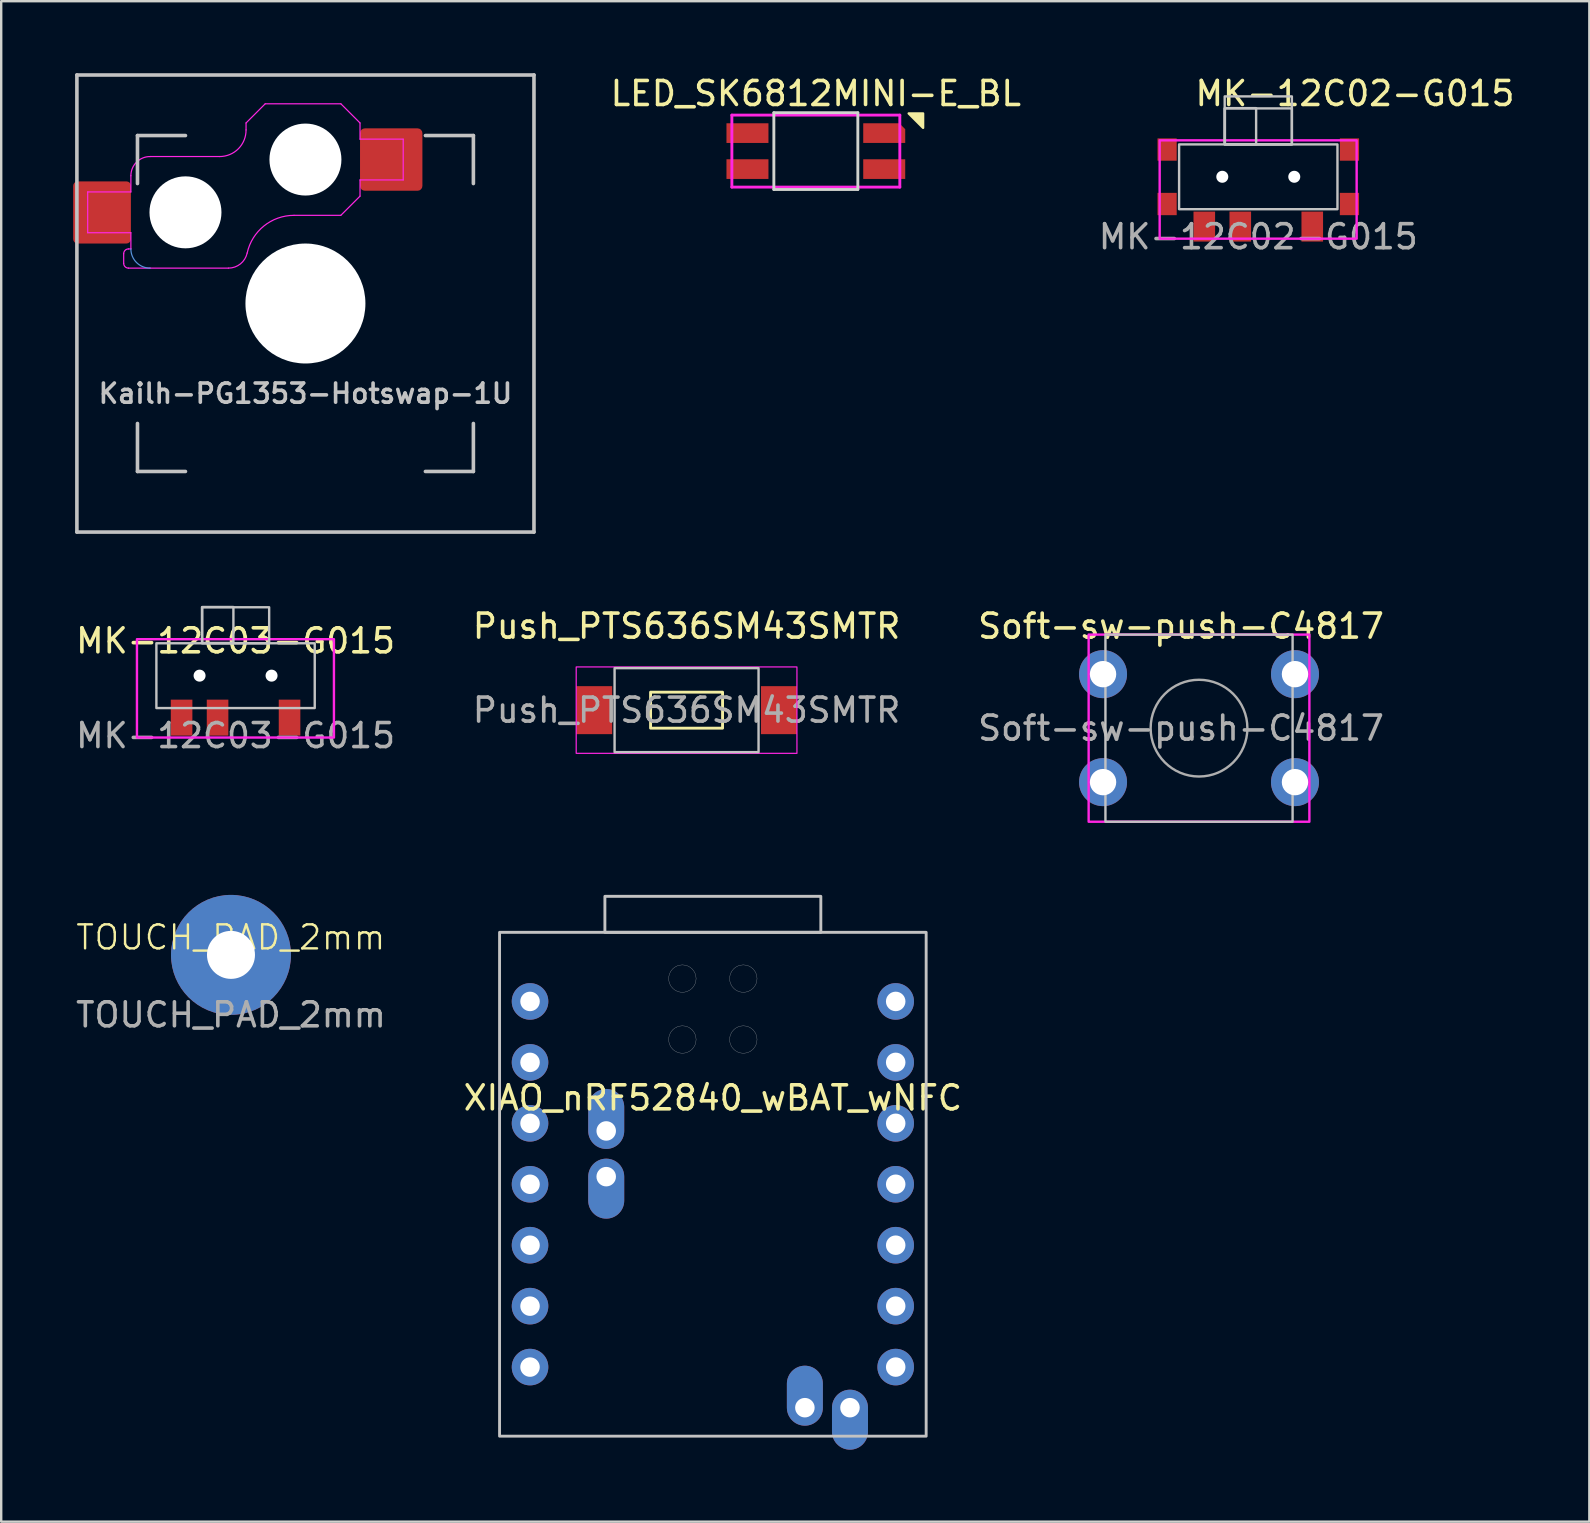
<source format=kicad_pcb>
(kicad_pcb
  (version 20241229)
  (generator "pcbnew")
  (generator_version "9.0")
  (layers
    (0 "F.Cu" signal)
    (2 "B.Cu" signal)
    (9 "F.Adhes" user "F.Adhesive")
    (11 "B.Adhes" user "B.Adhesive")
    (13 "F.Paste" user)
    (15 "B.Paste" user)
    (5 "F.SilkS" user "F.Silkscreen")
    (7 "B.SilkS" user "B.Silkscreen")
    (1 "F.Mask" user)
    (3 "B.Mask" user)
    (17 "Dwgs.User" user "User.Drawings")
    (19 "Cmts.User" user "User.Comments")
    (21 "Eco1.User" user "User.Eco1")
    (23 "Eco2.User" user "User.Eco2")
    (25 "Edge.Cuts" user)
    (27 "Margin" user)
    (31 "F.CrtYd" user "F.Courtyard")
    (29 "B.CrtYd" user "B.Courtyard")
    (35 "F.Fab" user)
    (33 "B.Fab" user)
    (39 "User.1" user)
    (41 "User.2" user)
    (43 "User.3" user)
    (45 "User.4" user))
  (footprint "LED_SK6812MINI-E_BL"
    (layer "F.Cu")
    (at 30.953 3.248)
    (property "Reference" "LED_SK6812MINI-E_BL" (at 0 -2.4 0) (layer "F.SilkS") (effects (font (size 1 1) (thickness 0.15))))
    (attr smd)
    (fp_poly (pts (xy 3.87 -1.57) (xy 4.47 -1.57) (xy 4.47 -0.97)) (stroke (width 0.1) (type solid)) (fill yes) (layer "F.SilkS"))
    (fp_line (start -1.75 -1.6) (end 1.75 -1.6) (stroke (width 0.12) (type solid)) (layer "Edge.Cuts"))
    (fp_line (start -1.75 1.6) (end -1.75 -1.6) (stroke (width 0.12) (type solid)) (layer "Edge.Cuts"))
    (fp_line (start 1.75 -1.6) (end 1.75 1.6) (stroke (width 0.12) (type solid)) (layer "Edge.Cuts"))
    (fp_line (start 1.75 1.6) (end -1.75 1.6) (stroke (width 0.12) (type solid)) (layer "Edge.Cuts"))
    (fp_line (start -3.5 -1.5) (end 3.5 -1.5) (stroke (width 0.12) (type solid)) (layer "F.CrtYd"))
    (fp_line (start -3.5 1.5) (end -3.5 -1.5) (stroke (width 0.12) (type solid)) (layer "F.CrtYd"))
    (fp_line (start 3.5 -1.5) (end 3.5 1.5) (stroke (width 0.12) (type solid)) (layer "F.CrtYd"))
    (fp_line (start 3.5 1.5) (end -3.5 1.5) (stroke (width 0.12) (type solid)) (layer "F.CrtYd"))
    (pad "1" smd rect (at -2.6 -0.75) (size 1.75 0.82) (drill (offset -0.25 0)) (layers "F.Cu" "F.Mask" "F.Paste"))
    (pad "2" smd roundrect (at 2.6 -0.75 180) (size 1.75 0.82) (drill (offset -0.25 0)) (layers "F.Cu" "F.Mask" "F.Paste") (roundrect_rratio 0) (chamfer_ratio 0.3) (chamfer bottom_left))
    (pad "3" smd rect (at 2.6 0.75 180) (size 1.75 0.82) (drill (offset -0.25 0)) (layers "F.Cu" "F.Mask" "F.Paste"))
    (pad "4" smd rect (at -2.6 0.75) (size 1.75 0.82) (drill (offset -0.25 0)) (layers "F.Cu" "F.Mask" "F.Paste")))
  (footprint "TOUCH_PAD_2mm"
    (layer "F.Cu")
    (at 6.577 36.748)
    (property "Reference" "TOUCH_PAD_2mm" (at -0.01 -0.73 0) (unlocked yes) (layer "F.SilkS") (effects (font (size 1 1) (thickness 0.1))))
    (attr through_hole)
    (fp_text user "${REFERENCE}" (at 0 2.5 0) (unlocked yes) (layer "F.Fab") (effects (font (size 1 1) (thickness 0.15))))
    (pad "1" thru_hole circle (at 0 0) (size 5 5) (drill 2) (layers "*.Cu" "*.Mask")))
  (footprint "Kailh-PG1353-Hotswap-1U"
    (layer "F.Cu")
    (at 9.68 9.6)
    (property "Reference" "Kailh-PG1353-Hotswap-1U" (at 0 3.75 0) (layer "Dwgs.User") (effects (font (size 0.8 0.8) (thickness 0.15))))
    (attr smd)
    (fp_line (start -9.525 9.525) (end -9.525 -9.525) (stroke (width 0.15) (type solid)) (layer "Dwgs.User"))
    (fp_line (start -7 -7) (end -5 -7) (stroke (width 0.15) (type solid)) (layer "Dwgs.User"))
    (fp_line (start -7 -5) (end -7 -7) (stroke (width 0.15) (type solid)) (layer "Dwgs.User"))
    (fp_line (start -7 5) (end -7 7) (stroke (width 0.15) (type solid)) (layer "Dwgs.User"))
    (fp_line (start -7 7) (end -5 7) (stroke (width 0.15) (type solid)) (layer "Dwgs.User"))
    (fp_line (start 5 7) (end 7 7) (stroke (width 0.15) (type solid)) (layer "Dwgs.User"))
    (fp_line (start 7 -7) (end 5 -7) (stroke (width 0.15) (type solid)) (layer "Dwgs.User"))
    (fp_line (start 7 -5) (end 7 -7) (stroke (width 0.15) (type solid)) (layer "Dwgs.User"))
    (fp_line (start 7 7) (end 7 5) (stroke (width 0.15) (type solid)) (layer "Dwgs.User"))
    (fp_line (start 9.525 -9.525) (end -9.525 -9.525) (stroke (width 0.15) (type solid)) (layer "Dwgs.User"))
    (fp_line (start 9.525 9.525) (end -9.525 9.525) (stroke (width 0.15) (type solid)) (layer "Dwgs.User"))
    (fp_line (start 9.525 9.525) (end 9.525 -9.525) (stroke (width 0.15) (type solid)) (layer "Dwgs.User"))
    (fp_arc (start -6.475 -1.475) (mid -7.04069 -1.709309) (end -7.274998 -2.275) (stroke (width 0.05) (type default)) (layer "Cmts.User"))
    (fp_line (start -9.075 -4.65) (end -7.275 -4.65) (stroke (width 0.05) (type default)) (layer "F.CrtYd"))
    (fp_line (start -9.075 -2.95) (end -9.075 -4.65) (stroke (width 0.05) (type default)) (layer "F.CrtYd"))
    (fp_line (start -7.575 -1.675) (end -7.575 -2.075) (stroke (width 0.05) (type default)) (layer "F.CrtYd"))
    (fp_line (start -7.375 -2.275) (end -7.275 -2.275) (stroke (width 0.05) (type default)) (layer "F.CrtYd"))
    (fp_line (start -7.275 -5.325) (end -7.275 -4.65) (stroke (width 0.05) (type default)) (layer "F.CrtYd"))
    (fp_line (start -7.275 -2.95) (end -9.075 -2.95) (stroke (width 0.05) (type default)) (layer "F.CrtYd"))
    (fp_line (start -7.275 -2.275) (end -7.275 -2.95) (stroke (width 0.05) (type default)) (layer "F.CrtYd"))
    (fp_line (start -6.475 -1.475) (end -7.375 -1.475) (stroke (width 0.05) (type default)) (layer "F.CrtYd"))
    (fp_line (start -6.475 -1.475) (end -3.21 -1.475) (stroke (width 0.05) (type default)) (layer "F.CrtYd"))
    (fp_line (start -3.575 -6.125) (end -6.475 -6.125) (stroke (width 0.05) (type default)) (layer "F.CrtYd"))
    (fp_line (start -2.475 -7.525) (end -2.475 -7.236) (stroke (width 0.05) (type default)) (layer "F.CrtYd"))
    (fp_line (start -1.675 -8.325) (end -2.475 -7.525) (stroke (width 0.05) (type default)) (layer "F.CrtYd"))
    (fp_line (start -0.475 -3.675) (end 1.475 -3.675) (stroke (width 0.05) (type default)) (layer "F.CrtYd"))
    (fp_line (start 1.475 -8.325) (end -1.675 -8.325) (stroke (width 0.05) (type default)) (layer "F.CrtYd"))
    (fp_line (start 1.475 -3.675) (end 2.275 -4.475) (stroke (width 0.05) (type default)) (layer "F.CrtYd"))
    (fp_line (start 2.275 -7.525) (end 1.475 -8.325) (stroke (width 0.05) (type default)) (layer "F.CrtYd"))
    (fp_line (start 2.275 -7.525) (end 2.275 -6.85) (stroke (width 0.05) (type default)) (layer "F.CrtYd"))
    (fp_line (start 2.275 -5.15) (end 4.075 -5.15) (stroke (width 0.05) (type default)) (layer "F.CrtYd"))
    (fp_line (start 2.275 -4.475) (end 2.275 -5.15) (stroke (width 0.05) (type default)) (layer "F.CrtYd"))
    (fp_line (start 4.075 -6.85) (end 2.275 -6.85) (stroke (width 0.05) (type default)) (layer "F.CrtYd"))
    (fp_line (start 4.075 -5.15) (end 4.075 -6.85) (stroke (width 0.05) (type default)) (layer "F.CrtYd"))
    (fp_arc (start -7.575 -2.075) (mid -7.516461 -2.216458) (end -7.375029 -2.275) (stroke (width 0.05) (type default)) (layer "F.CrtYd"))
    (fp_arc (start -7.375 -1.475) (mid -7.516432 -1.533565) (end -7.575 -1.674988) (stroke (width 0.05) (type default)) (layer "F.CrtYd"))
    (fp_arc (start -7.275 -5.325) (mid -7.040725 -5.890722) (end -6.475029 -6.125) (stroke (width 0.05) (type default)) (layer "F.CrtYd"))
    (fp_arc (start -2.475 -7.236481) (mid -2.793162 -6.451277) (end -3.575029 -6.125) (stroke (width 0.05) (type default)) (layer "F.CrtYd"))
    (fp_arc (start -2.428542 -2.103571) (mid -2.70852 -1.651659) (end -3.209929 -1.475) (stroke (width 0.05) (type default)) (layer "F.CrtYd"))
    (fp_arc (start -2.428542 -2.103571) (mid -1.728566 -3.233387) (end -0.474999 -3.675) (stroke (width 0.05) (type default)) (layer "F.CrtYd"))
    (pad "" np_thru_hole circle (at -5 -3.8 180) (size 3 3) (drill 3) (layers "*.Cu" "*.Mask"))
    (pad "" np_thru_hole circle (at 0 -6 180) (size 3 3) (drill 3) (layers "*.Cu" "*.Mask"))
    (pad "" np_thru_hole circle (at 0 0 180) (size 5 5) (drill 5.1) (layers "*.Cu" "*.Mask"))
    (pad "1" smd roundrect (at -8.477 -3.795 180) (size 2.405 2.59) (layers "F.Cu" "F.Mask" "F.Paste") (roundrect_rratio 0.077))
    (pad "2" smd roundrect (at 3.575 -6 180) (size 2.6 2.6) (layers "F.Cu" "F.Mask" "F.Paste") (roundrect_rratio 0.077)))
  (footprint "Push_PTS636SM43SMTR"
    (layer "F.Cu")
    (at 25.565 26.548)
    (property "Reference" "Push_PTS636SM43SMTR" (at 0 -3.5 0) (layer "F.SilkS") (effects (font (size 1 1) (thickness 0.15))))
    (attr smd)
    (fp_rect (start -1.5 -0.75) (end 1.5 0.75) (stroke (width 0.12) (type default)) (fill no) (layer "F.SilkS"))
    (fp_rect (start -3 -1.75) (end 3 1.75) (stroke (width 0.1) (type default)) (fill no) (layer "Dwgs.User"))
    (fp_rect (start -4.6 -1.8) (end 4.6 1.8) (stroke (width 0.05) (type default)) (fill no) (layer "F.CrtYd"))
    (fp_text user "${REFERENCE}" (at 0 0 0) (layer "F.Fab") (effects (font (size 1 1) (thickness 0.15))))
    (pad "1" smd rect (at -3.85 0) (size 1.5 2) (layers "F.Cu" "F.Mask" "F.Paste"))
    (pad "2" smd rect (at 3.85 0) (size 1.5 2) (layers "F.Cu" "F.Mask" "F.Paste")))
  (footprint "MK-12C03-G015"
    (layer "F.Cu")
    (at 6.768 25.11)
    (property "Reference" "MK-12C03-G015" (at 0 -1.45 0) (unlocked yes) (layer "F.SilkS") (effects (font (size 1 1) (thickness 0.15))))
    (attr smd)
    (fp_rect (start -3.3 -1.35) (end 3.3 1.35) (stroke (width 0.1) (type default)) (fill no) (layer "Dwgs.User"))
    (fp_rect (start -1.4 -2.85) (end 1.4 -1.35) (stroke (width 0.1) (type default)) (fill no) (layer "Dwgs.User"))
    (fp_rect (start -1.39 -2.86) (end -0.09 -1.36) (stroke (width 0.1) (type default)) (fill no) (layer "Dwgs.User"))
    (fp_rect (start -4.11 -1.52) (end 4.1 2.58) (stroke (width 0.1) (type default)) (fill no) (layer "F.CrtYd"))
    (fp_text user "${REFERENCE}" (at 0 2.5 0) (unlocked yes) (layer "F.Fab") (effects (font (size 1 1) (thickness 0.15))))
    (pad "" np_thru_hole circle (at -1.5 0) (size 0.5 0.5) (drill 0.9) (layers "*.Cu" "*.Mask"))
    (pad "" np_thru_hole circle (at 1.5 0) (size 0.5 0.5) (drill 0.9) (layers "*.Cu" "*.Mask"))
    (pad "1" smd rect (at -2.25 1.75) (size 0.9 1.5) (layers "F.Cu" "F.Mask" "F.Paste"))
    (pad "2" smd rect (at -0.75 1.75) (size 0.9 1.5) (layers "F.Cu" "F.Mask" "F.Paste"))
    (pad "3" smd rect (at 2.25 1.75) (size 0.9 1.5) (layers "F.Cu" "F.Mask" "F.Paste")))
  (footprint "XIAO_nRF52840_wBAT_wNFC"
    (layer "F.Cu")
    (at 26.661 35.808)
    (property "Reference" "XIAO_nRF52840_wBAT_wNFC" (at 0 6.9 0) (layer "F.SilkS") (effects (font (size 1 1) (thickness 0.15))))
    (attr through_hole exclude_from_pos_files)
    (fp_rect (start -8.89 21) (end 8.89 0) (stroke (width 0.12) (type solid)) (fill no) (layer "Dwgs.User"))
    (fp_rect (start -4.5 -1.5) (end 4.5 0) (stroke (width 0.12) (type solid)) (fill no) (layer "Dwgs.User"))
    (fp_circle (center -1.27 1.928) (end -0.699 1.928) (stroke (width 0.01) (type solid)) (fill no) (layer "Dwgs.User"))
    (fp_circle (center -1.27 4.468) (end -0.699 4.468) (stroke (width 0.01) (type solid)) (fill no) (layer "Dwgs.User"))
    (fp_circle (center 1.27 1.928) (end 1.841 1.928) (stroke (width 0.01) (type solid)) (fill no) (layer "Dwgs.User"))
    (fp_circle (center 1.27 4.468) (end 1.841 4.468) (stroke (width 0.01) (type solid)) (fill no) (layer "Dwgs.User"))
    (pad "1" thru_hole circle (at -7.62 2.88) (size 1.524 1.524) (drill 0.813) (layers "*.Cu" "*.Mask"))
    (pad "2" thru_hole circle (at -7.62 5.42) (size 1.524 1.524) (drill 0.813) (layers "*.Cu" "*.Mask"))
    (pad "3" thru_hole circle (at -7.62 7.96) (size 1.524 1.524) (drill 0.813) (layers "*.Cu" "*.Mask"))
    (pad "4" thru_hole circle (at -7.62 10.5) (size 1.524 1.524) (drill 0.813) (layers "*.Cu" "*.Mask"))
    (pad "5" thru_hole circle (at -7.62 13.04) (size 1.524 1.524) (drill 0.813) (layers "*.Cu" "*.Mask"))
    (pad "6" thru_hole circle (at -7.62 15.58) (size 1.524 1.524) (drill 0.813) (layers "*.Cu" "*.Mask"))
    (pad "7" thru_hole circle (at -7.62 18.12) (size 1.524 1.524) (drill 0.813) (layers "*.Cu" "*.Mask"))
    (pad "8" thru_hole circle (at 7.62 18.12) (size 1.524 1.524) (drill 0.813) (layers "*.Cu" "*.Mask"))
    (pad "9" thru_hole circle (at 7.62 15.58) (size 1.524 1.524) (drill 0.813) (layers "*.Cu" "*.Mask"))
    (pad "10" thru_hole circle (at 7.62 13.04) (size 1.524 1.524) (drill 0.813) (layers "*.Cu" "*.Mask"))
    (pad "11" thru_hole circle (at 7.62 10.5) (size 1.524 1.524) (drill 0.813) (layers "*.Cu" "*.Mask"))
    (pad "12" thru_hole circle (at 7.62 7.96) (size 1.524 1.524) (drill 0.813) (layers "*.Cu" "*.Mask"))
    (pad "13" thru_hole circle (at 7.62 5.42) (size 1.524 1.524) (drill 0.813) (layers "*.Cu" "*.Mask"))
    (pad "14" thru_hole circle (at 7.62 2.88) (size 1.524 1.524) (drill 0.813) (layers "*.Cu" "*.Mask"))
    (pad "15" thru_hole oval (at 3.835 19.812 90) (size 2.5 1.5) (drill 0.813 (offset 0.5 0)) (layers "*.Cu" "*.Mask"))
    (pad "16" thru_hole oval (at 5.715 19.812 270) (size 2.5 1.5) (drill 0.813 (offset 0.5 0)) (layers "*.Cu" "*.Mask"))
    (pad "20" thru_hole oval (at -4.445 10.183 270) (size 2.5 1.5) (drill 0.813 (offset 0.5 0)) (layers "*.Cu" "*.Mask"))
    (pad "21" thru_hole oval (at -4.445 8.278 90) (size 2.5 1.5) (drill 0.813 (offset 0.5 0)) (layers "*.Cu" "*.Mask")))
  (footprint "Soft-sw-push-C4817"
    (layer "F.Cu")
    (at 42.923 25.048)
    (property "Reference" "Soft-sw-push-C4817" (at 3.25 -2 0) (layer "F.SilkS") (effects (font (size 1 1) (thickness 0.15))))
    (attr through_hole)
    (fp_rect (start 0.1 -1.65) (end 7.9 6.15) (stroke (width 0.1) (type default)) (fill no) (layer "Dwgs.User"))
    (fp_rect (start -0.6 -1.65) (end 8.6 6.15) (stroke (width 0.1) (type default)) (fill no) (layer "F.CrtYd"))
    (fp_circle (center 4 2.25) (end 6.016 2.25) (stroke (width 0.1) (type solid)) (fill no) (layer "F.Fab"))
    (fp_text user "${REFERENCE}" (at 3.25 2.25 0) (layer "F.Fab") (effects (font (size 1 1) (thickness 0.15))))
    (pad "1" thru_hole circle (at 0 0 90) (size 2 2) (drill 1.1) (layers "*.Cu" "*.Mask"))
    (pad "1" thru_hole circle (at 8 0 90) (size 2 2) (drill 1.1) (layers "*.Cu" "*.Mask"))
    (pad "2" thru_hole circle (at 0 4.5 90) (size 2 2) (drill 1.1) (layers "*.Cu" "*.Mask"))
    (pad "2" thru_hole circle (at 8 4.5 90) (size 2 2) (drill 1.1) (layers "*.Cu" "*.Mask")))
  (footprint "MK-12C02-G015"
    (layer "F.Cu")
    (at 49.393 4.318)
    (property "Reference" "MK-12C02-G015" (at 4.03 -3.47 0) (unlocked yes) (layer "F.SilkS") (effects (font (size 1 1) (thickness 0.15))))
    (attr smd)
    (fp_rect (start -3.3 -1.35) (end 3.3 1.35) (stroke (width 0.1) (type default)) (fill no) (layer "Dwgs.User"))
    (fp_rect (start -1.4 -3.35) (end 1.4 -1.35) (stroke (width 0.1) (type default)) (fill no) (layer "Dwgs.User"))
    (fp_rect (start -1.4 -2.85) (end 1.4 -1.35) (stroke (width 0.1) (type default)) (fill no) (layer "Dwgs.User"))
    (fp_rect (start -1.39 -2.86) (end -0.09 -1.36) (stroke (width 0.1) (type default)) (fill no) (layer "Dwgs.User"))
    (fp_rect (start -4.11 -1.52) (end 4.1 2.58) (stroke (width 0.1) (type default)) (fill no) (layer "F.CrtYd"))
    (fp_text user "${REFERENCE}" (at 0 2.5 0) (unlocked yes) (layer "F.Fab") (effects (font (size 1 1) (thickness 0.15))))
    (pad "" np_thru_hole circle (at -1.5 0) (size 0.5 0.5) (drill 0.85) (layers "*.Cu" "*.Mask"))
    (pad "" np_thru_hole circle (at 1.5 0) (size 0.5 0.5) (drill 0.85) (layers "*.Cu" "*.Mask"))
    (pad "1" smd rect (at -2.25 2.075) (size 0.9 1.25) (layers "F.Cu" "F.Mask" "F.Paste"))
    (pad "2" smd rect (at -0.75 2.075) (size 0.9 1.25) (layers "F.Cu" "F.Mask" "F.Paste"))
    (pad "3" smd rect (at 2.25 2.075) (size 0.9 1.25) (layers "F.Cu" "F.Mask" "F.Paste"))
    (pad "4" smd rect (at -3.8 -1.135) (size 0.8 0.93) (layers "F.Cu" "F.Mask" "F.Paste"))
    (pad "4" smd rect (at -3.8 1.135) (size 0.8 0.93) (layers "F.Cu" "F.Mask" "F.Paste"))
    (pad "4" smd rect (at 3.8 -1.135) (size 0.8 0.93) (layers "F.Cu" "F.Mask" "F.Paste"))
    (pad "4" smd rect (at 3.8 1.135) (size 0.8 0.93) (layers "F.Cu" "F.Mask" "F.Paste")))
  (gr_rect
    (start -3 -3)
    (end 63.191 60.37)
    (stroke (width 0.1) (type default))
    (fill no)
    (layer "Edge.Cuts")))
</source>
